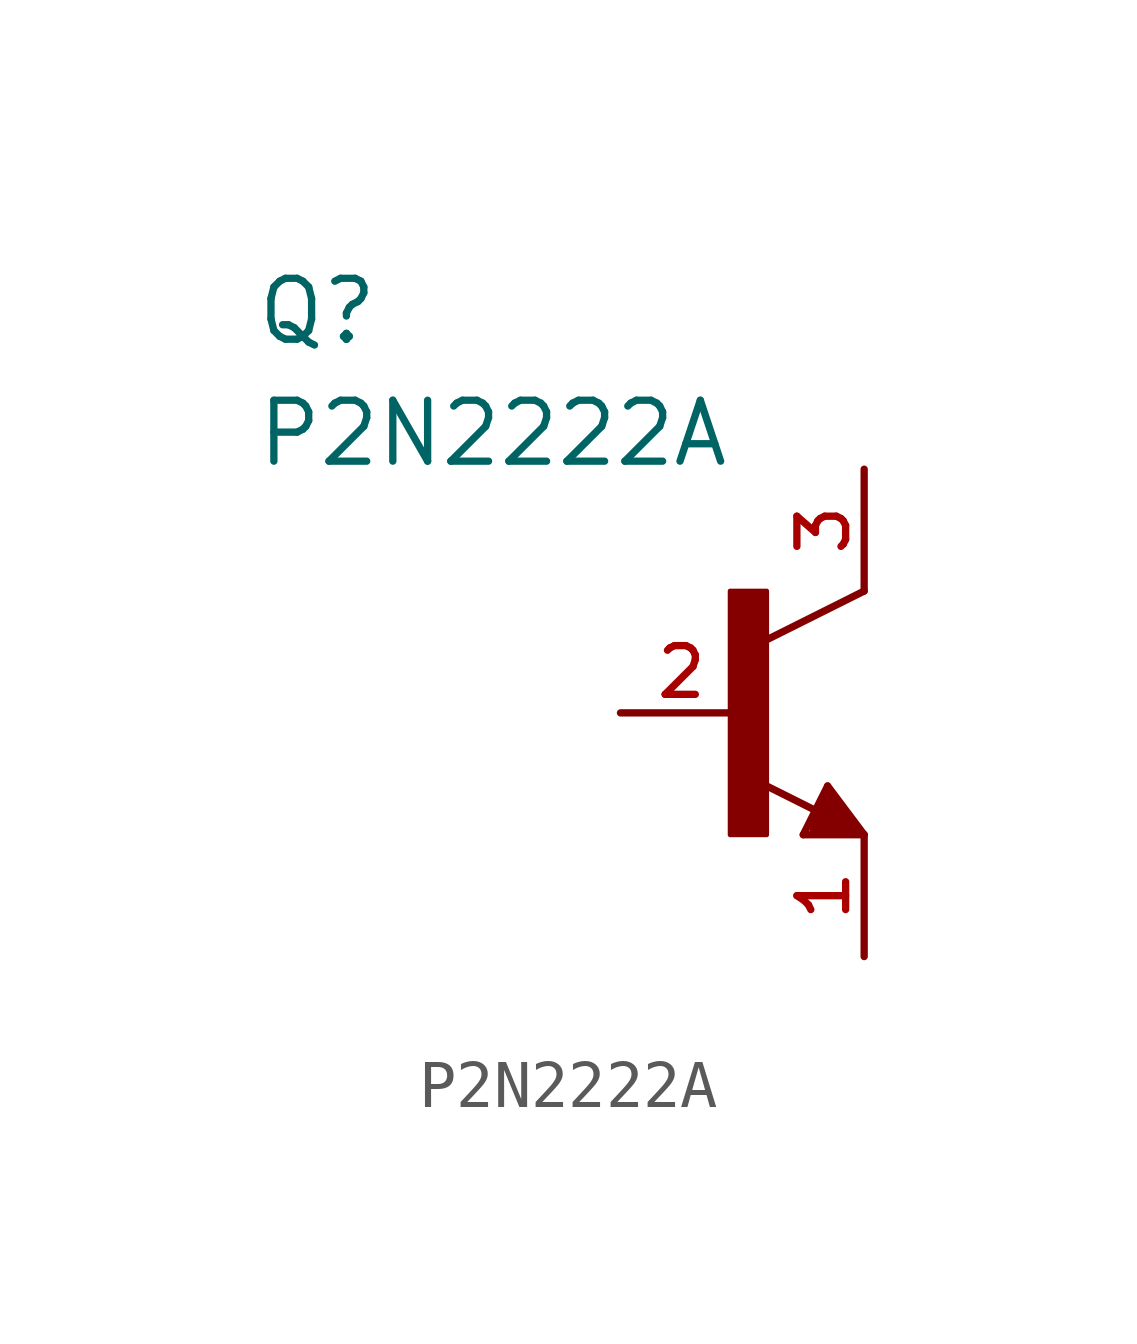
<source format=kicad_sym>
(kicad_symbol_lib
  (version 20211014)
  (generator kicad_symbol_editor)
  (symbol "P2N2222A"
    (pin_names
      (offset 1.016))
    (property "Reference" "Q"
      (at -10.168 7.626 0)
      (effects (font (size 1.27 1.27)) (justify bottom left)))
    (property "Value" "P2N2222A"
      (at -10.168 5.084 0)
      (effects (font (size 1.27 1.27)) (justify bottom left)))
    (symbol "P2N2222A_0_0"
      (polyline (pts (xy 2.54 2.54) (xy 0.508 1.524)) (stroke (width 0.152)))
      (polyline (pts (xy 1.778 -1.524) (xy 2.54 -2.54)) (stroke (width 0.152)))
      (polyline (pts (xy 2.54 -2.54) (xy 1.27 -2.54)) (stroke (width 0.152)))
      (polyline (pts (xy 1.27 -2.54) (xy 1.778 -1.524)) (stroke (width 0.152)))
      (polyline (pts (xy 1.54 -2.04) (xy 0.308 -1.424)) (stroke (width 0.152)))
      (polyline (pts (xy 1.524 -2.413) (xy 2.286 -2.413)) (stroke (width 0.254)))
      (polyline (pts (xy 2.286 -2.413) (xy 1.778 -1.778)) (stroke (width 0.254)))
      (polyline (pts (xy 1.778 -1.778) (xy 1.524 -2.286)) (stroke (width 0.254)))
      (polyline (pts (xy 1.524 -2.286) (xy 1.905 -2.286)) (stroke (width 0.254)))
      (polyline (pts (xy 1.905 -2.286) (xy 1.778 -2.032)) (stroke (width 0.254)))
      (rectangle (start -0.254 -2.542) (end 0.508 2.54) (stroke (width 0.1)) (fill (type outline)))
      (pin passive line (at -2.54 0.0 0) (length 2.54) (name "~" (effects (font (size 1.016 1.016)))) (number "2" (effects (font (size 1.016 1.016)))))
      (pin passive line (at 2.54 -5.08 90.0) (length 2.54) (name "~" (effects (font (size 1.016 1.016)))) (number "1" (effects (font (size 1.016 1.016)))))
      (pin passive line (at 2.54 5.08 270.0) (length 2.54) (name "~" (effects (font (size 1.016 1.016)))) (number "3" (effects (font (size 1.016 1.016))))))))
</source>
